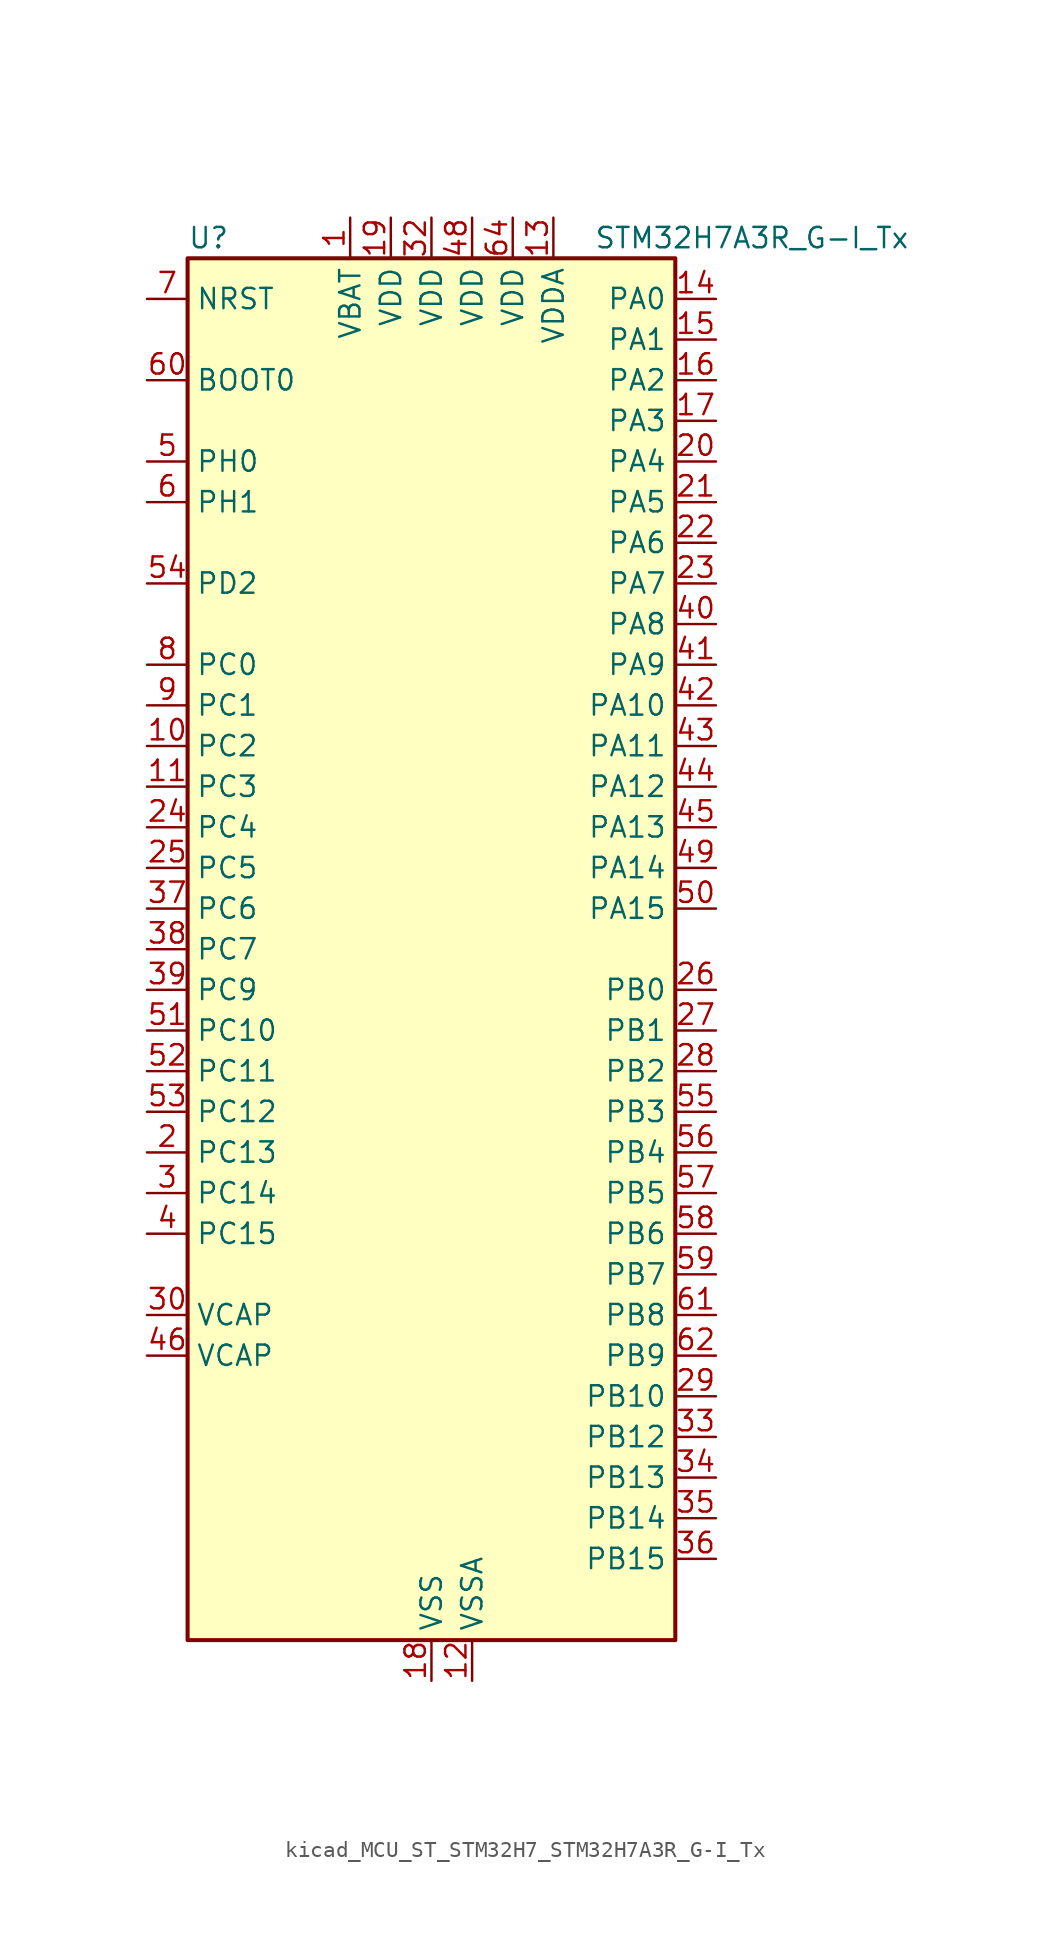
<source format=kicad_sym>
(kicad_symbol_lib
  (version 20220914)
  (generator kicad_symbol_editor)
  (symbol "kicad_MCU_ST_STM32H7_STM32H7A3R_G-I_Tx"
    (property "Reference" "U"
      (at -15.24 44.45 0)
      (effects (font (size 1.27 1.27)) (justify left)))
    (property "Value" "STM32H7A3R_G-I_Tx"
      (at 10.16 44.45 0)
      (effects (font (size 1.27 1.27)) (justify left)))
    (property "ki_locked" ""
      (at 0 0 0)
      (effects (font (size 1.27 1.27))))
    (symbol "kicad_MCU_ST_STM32H7_STM32H7A3R_G-I_Tx_0_1"
      (rectangle (start -15.24 -43.18) (end 15.24 43.18) (stroke (width 0.254) (type default)) (fill (type background))))
    (symbol "kicad_MCU_ST_STM32H7_STM32H7A3R_G-I_Tx_1_1"
      (pin power_in line (at -5.08 45.72 270) (length 2.54) (name "VBAT" (effects (font (size 1.27 1.27)))) (number "1" (effects (font (size 1.27 1.27)))))
      (pin bidirectional line (at -17.78 12.7 0) (length 2.54) (name "PC2" (effects (font (size 1.27 1.27)))) (number "10" (effects (font (size 1.27 1.27)))) (alternate "ADC1_INN11" bidirectional line) (alternate "ADC1_INP12" bidirectional line) (alternate "ADC2_INN11" bidirectional line) (alternate "ADC2_INP12" bidirectional line) (alternate "DFSDM1_CKIN1" bidirectional line) (alternate "DFSDM1_CKOUT" bidirectional line) (alternate "I2S2_SDI" bidirectional line) (alternate "OCTOSPIM_P1_IO2" bidirectional line) (alternate "OCTOSPIM_P1_IO5" bidirectional line) (alternate "PWR_CSTOP" bidirectional line) (alternate "SPI2_MISO" bidirectional line) (alternate "USB_OTG_HS_ULPI_DIR" bidirectional line))
      (pin bidirectional line (at -17.78 10.16 0) (length 2.54) (name "PC3" (effects (font (size 1.27 1.27)))) (number "11" (effects (font (size 1.27 1.27)))) (alternate "ADC1_INN12" bidirectional line) (alternate "ADC1_INP13" bidirectional line) (alternate "ADC2_INN12" bidirectional line) (alternate "ADC2_INP13" bidirectional line) (alternate "DFSDM1_DATIN1" bidirectional line) (alternate "I2S2_SDO" bidirectional line) (alternate "OCTOSPIM_P1_IO0" bidirectional line) (alternate "OCTOSPIM_P1_IO6" bidirectional line) (alternate "PWR_CSLEEP" bidirectional line) (alternate "SPI2_MOSI" bidirectional line) (alternate "USB_OTG_HS_ULPI_NXT" bidirectional line))
      (pin power_in line (at 2.54 -45.72 90) (length 2.54) (name "VSSA" (effects (font (size 1.27 1.27)))) (number "12" (effects (font (size 1.27 1.27)))))
      (pin power_in line (at 7.62 45.72 270) (length 2.54) (name "VDDA" (effects (font (size 1.27 1.27)))) (number "13" (effects (font (size 1.27 1.27)))))
      (pin bidirectional line (at 17.78 40.64 180) (length 2.54) (name "PA0" (effects (font (size 1.27 1.27)))) (number "14" (effects (font (size 1.27 1.27)))) (alternate "ADC1_INP16" bidirectional line) (alternate "I2S6_WS" bidirectional line) (alternate "PWR_WKUP1" bidirectional line) (alternate "SAI2_SD_B" bidirectional line) (alternate "SDMMC2_CMD" bidirectional line) (alternate "SPI6_NSS" bidirectional line) (alternate "TIM15_BKIN" bidirectional line) (alternate "TIM2_CH1" bidirectional line) (alternate "TIM2_ETR" bidirectional line) (alternate "TIM5_CH1" bidirectional line) (alternate "TIM8_ETR" bidirectional line) (alternate "UART4_TX" bidirectional line) (alternate "USART2_CTS" bidirectional line) (alternate "USART2_NSS" bidirectional line))
      (pin bidirectional line (at 17.78 38.1 180) (length 2.54) (name "PA1" (effects (font (size 1.27 1.27)))) (number "15" (effects (font (size 1.27 1.27)))) (alternate "ADC1_INN16" bidirectional line) (alternate "ADC1_INP17" bidirectional line) (alternate "LPTIM3_OUT" bidirectional line) (alternate "LTDC_R2" bidirectional line) (alternate "OCTOSPIM_P1_DQS" bidirectional line) (alternate "OCTOSPIM_P1_IO3" bidirectional line) (alternate "SAI2_MCLK_B" bidirectional line) (alternate "TIM15_CH1N" bidirectional line) (alternate "TIM2_CH2" bidirectional line) (alternate "TIM5_CH2" bidirectional line) (alternate "UART4_RX" bidirectional line) (alternate "USART2_DE" bidirectional line) (alternate "USART2_RTS" bidirectional line))
      (pin bidirectional line (at 17.78 35.56 180) (length 2.54) (name "PA2" (effects (font (size 1.27 1.27)))) (number "16" (effects (font (size 1.27 1.27)))) (alternate "ADC1_INP14" bidirectional line) (alternate "DFSDM2_CKIN1" bidirectional line) (alternate "LTDC_R1" bidirectional line) (alternate "MDIOS_MDIO" bidirectional line) (alternate "PWR_WKUP2" bidirectional line) (alternate "SAI2_SCK_B" bidirectional line) (alternate "TIM15_CH1" bidirectional line) (alternate "TIM2_CH3" bidirectional line) (alternate "TIM5_CH3" bidirectional line) (alternate "USART2_TX" bidirectional line))
      (pin bidirectional line (at 17.78 33.02 180) (length 2.54) (name "PA3" (effects (font (size 1.27 1.27)))) (number "17" (effects (font (size 1.27 1.27)))) (alternate "ADC1_INP15" bidirectional line) (alternate "I2S6_MCK" bidirectional line) (alternate "LTDC_B2" bidirectional line) (alternate "LTDC_B5" bidirectional line) (alternate "OCTOSPIM_P1_CLK" bidirectional line) (alternate "TIM15_CH2" bidirectional line) (alternate "TIM2_CH4" bidirectional line) (alternate "TIM5_CH4" bidirectional line) (alternate "USART2_RX" bidirectional line) (alternate "USB_OTG_HS_ULPI_D0" bidirectional line))
      (pin power_in line (at 0 -45.72 90) (length 2.54) (name "VSS" (effects (font (size 1.27 1.27)))) (number "18" (effects (font (size 1.27 1.27)))))
      (pin power_in line (at -2.54 45.72 270) (length 2.54) (name "VDD" (effects (font (size 1.27 1.27)))) (number "19" (effects (font (size 1.27 1.27)))))
      (pin bidirectional line (at -17.78 -12.7 0) (length 2.54) (name "PC13" (effects (font (size 1.27 1.27)))) (number "2" (effects (font (size 1.27 1.27)))) (alternate "PWR_WKUP4" bidirectional line) (alternate "RTC_OUT_ALARM" bidirectional line) (alternate "RTC_OUT_CALIB" bidirectional line) (alternate "RTC_TAMP1" bidirectional line) (alternate "RTC_TS" bidirectional line))
      (pin bidirectional line (at 17.78 30.48 180) (length 2.54) (name "PA4" (effects (font (size 1.27 1.27)))) (number "20" (effects (font (size 1.27 1.27)))) (alternate "ADC1_INP18" bidirectional line) (alternate "DAC1_OUT1" bidirectional line) (alternate "DCMI_HSYNC" bidirectional line) (alternate "I2S1_WS" bidirectional line) (alternate "I2S3_WS" bidirectional line) (alternate "I2S6_WS" bidirectional line) (alternate "LTDC_VSYNC" bidirectional line) (alternate "PSSI_DE" bidirectional line) (alternate "SPI1_NSS" bidirectional line) (alternate "SPI3_NSS" bidirectional line) (alternate "SPI6_NSS" bidirectional line) (alternate "TIM5_ETR" bidirectional line) (alternate "USART2_CK" bidirectional line))
      (pin bidirectional line (at 17.78 27.94 180) (length 2.54) (name "PA5" (effects (font (size 1.27 1.27)))) (number "21" (effects (font (size 1.27 1.27)))) (alternate "ADC1_INN18" bidirectional line) (alternate "ADC1_INP19" bidirectional line) (alternate "DAC1_OUT2" bidirectional line) (alternate "I2S1_CK" bidirectional line) (alternate "I2S6_CK" bidirectional line) (alternate "LTDC_R4" bidirectional line) (alternate "PSSI_D14" bidirectional line) (alternate "PWR_NDSTOP2" bidirectional line) (alternate "SPI1_SCK" bidirectional line) (alternate "SPI6_SCK" bidirectional line) (alternate "TIM2_CH1" bidirectional line) (alternate "TIM2_ETR" bidirectional line) (alternate "TIM8_CH1N" bidirectional line) (alternate "USB_OTG_HS_ULPI_CK" bidirectional line))
      (pin bidirectional line (at 17.78 25.4 180) (length 2.54) (name "PA6" (effects (font (size 1.27 1.27)))) (number "22" (effects (font (size 1.27 1.27)))) (alternate "ADC1_INP3" bidirectional line) (alternate "ADC2_INP3" bidirectional line) (alternate "DAC2_OUT1" bidirectional line) (alternate "DCMI_PIXCLK" bidirectional line) (alternate "I2S1_SDI" bidirectional line) (alternate "I2S6_SDI" bidirectional line) (alternate "LTDC_G2" bidirectional line) (alternate "MDIOS_MDC" bidirectional line) (alternate "OCTOSPIM_P1_IO3" bidirectional line) (alternate "PSSI_PDCK" bidirectional line) (alternate "SPI1_MISO" bidirectional line) (alternate "SPI6_MISO" bidirectional line) (alternate "TIM13_CH1" bidirectional line) (alternate "TIM1_BKIN" bidirectional line) (alternate "TIM1_BKIN_COMP1" bidirectional line) (alternate "TIM3_CH1" bidirectional line) (alternate "TIM8_BKIN" bidirectional line) (alternate "TIM8_BKIN_COMP1" bidirectional line))
      (pin bidirectional line (at 17.78 22.86 180) (length 2.54) (name "PA7" (effects (font (size 1.27 1.27)))) (number "23" (effects (font (size 1.27 1.27)))) (alternate "ADC1_INN3" bidirectional line) (alternate "ADC1_INP7" bidirectional line) (alternate "ADC2_INN3" bidirectional line) (alternate "ADC2_INP7" bidirectional line) (alternate "DFSDM2_DATIN1" bidirectional line) (alternate "I2S1_SDO" bidirectional line) (alternate "I2S6_SDO" bidirectional line) (alternate "LTDC_VSYNC" bidirectional line) (alternate "OCTOSPIM_P1_IO2" bidirectional line) (alternate "OPAMP1_VINM" bidirectional line) (alternate "SPI1_MOSI" bidirectional line) (alternate "SPI6_MOSI" bidirectional line) (alternate "TIM14_CH1" bidirectional line) (alternate "TIM1_CH1N" bidirectional line) (alternate "TIM3_CH2" bidirectional line) (alternate "TIM8_CH1N" bidirectional line))
      (pin bidirectional line (at -17.78 7.62 0) (length 2.54) (name "PC4" (effects (font (size 1.27 1.27)))) (number "24" (effects (font (size 1.27 1.27)))) (alternate "ADC1_INP4" bidirectional line) (alternate "ADC2_INP4" bidirectional line) (alternate "COMP1_INM" bidirectional line) (alternate "DFSDM1_CKIN2" bidirectional line) (alternate "I2S1_MCK" bidirectional line) (alternate "LTDC_R7" bidirectional line) (alternate "OPAMP1_VOUT" bidirectional line) (alternate "SPDIFRX_IN2" bidirectional line))
      (pin bidirectional line (at -17.78 5.08 0) (length 2.54) (name "PC5" (effects (font (size 1.27 1.27)))) (number "25" (effects (font (size 1.27 1.27)))) (alternate "ADC1_INN4" bidirectional line) (alternate "ADC1_INP8" bidirectional line) (alternate "ADC2_INN4" bidirectional line) (alternate "ADC2_INP8" bidirectional line) (alternate "COMP1_OUT" bidirectional line) (alternate "DFSDM1_DATIN2" bidirectional line) (alternate "LTDC_DE" bidirectional line) (alternate "OCTOSPIM_P1_DQS" bidirectional line) (alternate "OPAMP1_VINM" bidirectional line) (alternate "PSSI_D15" bidirectional line) (alternate "SPDIFRX_IN3" bidirectional line))
      (pin bidirectional line (at 17.78 -2.54 180) (length 2.54) (name "PB0" (effects (font (size 1.27 1.27)))) (number "26" (effects (font (size 1.27 1.27)))) (alternate "ADC1_INN5" bidirectional line) (alternate "ADC1_INP9" bidirectional line) (alternate "ADC2_INN5" bidirectional line) (alternate "ADC2_INP9" bidirectional line) (alternate "COMP1_INP" bidirectional line) (alternate "DFSDM1_CKOUT" bidirectional line) (alternate "DFSDM2_CKOUT" bidirectional line) (alternate "LTDC_G1" bidirectional line) (alternate "LTDC_R3" bidirectional line) (alternate "OCTOSPIM_P1_IO1" bidirectional line) (alternate "OPAMP1_VINP" bidirectional line) (alternate "TIM1_CH2N" bidirectional line) (alternate "TIM3_CH3" bidirectional line) (alternate "TIM8_CH2N" bidirectional line) (alternate "UART4_CTS" bidirectional line) (alternate "USB_OTG_HS_ULPI_D1" bidirectional line))
      (pin bidirectional line (at 17.78 -5.08 180) (length 2.54) (name "PB1" (effects (font (size 1.27 1.27)))) (number "27" (effects (font (size 1.27 1.27)))) (alternate "ADC1_INP5" bidirectional line) (alternate "ADC2_INP5" bidirectional line) (alternate "COMP1_INM" bidirectional line) (alternate "DFSDM1_DATIN1" bidirectional line) (alternate "LTDC_G0" bidirectional line) (alternate "LTDC_R6" bidirectional line) (alternate "OCTOSPIM_P1_IO0" bidirectional line) (alternate "TIM1_CH3N" bidirectional line) (alternate "TIM3_CH4" bidirectional line) (alternate "TIM8_CH3N" bidirectional line) (alternate "USB_OTG_HS_ULPI_D2" bidirectional line))
      (pin bidirectional line (at 17.78 -7.62 180) (length 2.54) (name "PB2" (effects (font (size 1.27 1.27)))) (number "28" (effects (font (size 1.27 1.27)))) (alternate "COMP1_INP" bidirectional line) (alternate "DFSDM1_CKIN1" bidirectional line) (alternate "I2S3_SDO" bidirectional line) (alternate "OCTOSPIM_P1_CLK" bidirectional line) (alternate "OCTOSPIM_P1_DQS" bidirectional line) (alternate "RTC_OUT_ALARM" bidirectional line) (alternate "RTC_OUT_CALIB" bidirectional line) (alternate "SPI3_MOSI" bidirectional line))
      (pin bidirectional line (at 17.78 -27.94 180) (length 2.54) (name "PB10" (effects (font (size 1.27 1.27)))) (number "29" (effects (font (size 1.27 1.27)))) (alternate "DFSDM1_DATIN7" bidirectional line) (alternate "I2S2_CK" bidirectional line) (alternate "LPTIM2_IN1" bidirectional line) (alternate "LTDC_G4" bidirectional line) (alternate "OCTOSPIM_P1_NCS" bidirectional line) (alternate "SPI2_SCK" bidirectional line) (alternate "TIM2_CH3" bidirectional line) (alternate "USART3_TX" bidirectional line) (alternate "USB_OTG_HS_ULPI_D3" bidirectional line))
      (pin bidirectional line (at -17.78 -15.24 0) (length 2.54) (name "PC14" (effects (font (size 1.27 1.27)))) (number "3" (effects (font (size 1.27 1.27)))) (alternate "RCC_OSC32_IN" bidirectional line))
      (pin power_out line (at -17.78 -22.86 0) (length 2.54) (name "VCAP" (effects (font (size 1.27 1.27)))) (number "30" (effects (font (size 1.27 1.27)))))
      (pin passive line (at 0 -45.72 90) (length 2.54) hide (name "VSS" (effects (font (size 1.27 1.27)))) (number "31" (effects (font (size 1.27 1.27)))))
      (pin power_in line (at 0 45.72 270) (length 2.54) (name "VDD" (effects (font (size 1.27 1.27)))) (number "32" (effects (font (size 1.27 1.27)))))
      (pin bidirectional line (at 17.78 -30.48 180) (length 2.54) (name "PB12" (effects (font (size 1.27 1.27)))) (number "33" (effects (font (size 1.27 1.27)))) (alternate "DFSDM1_DATIN1" bidirectional line) (alternate "DFSDM2_DATIN1" bidirectional line) (alternate "FDCAN2_RX" bidirectional line) (alternate "I2S2_WS" bidirectional line) (alternate "OCTOSPIM_P1_NCLK" bidirectional line) (alternate "SPI2_NSS" bidirectional line) (alternate "TIM1_BKIN" bidirectional line) (alternate "TIM1_BKIN_COMP1" bidirectional line) (alternate "UART5_RX" bidirectional line) (alternate "USART3_CK" bidirectional line) (alternate "USB_OTG_HS_ULPI_D5" bidirectional line))
      (pin bidirectional line (at 17.78 -33.02 180) (length 2.54) (name "PB13" (effects (font (size 1.27 1.27)))) (number "34" (effects (font (size 1.27 1.27)))) (alternate "DCMI_D2" bidirectional line) (alternate "DFSDM1_CKIN1" bidirectional line) (alternate "DFSDM2_CKIN1" bidirectional line) (alternate "FDCAN2_TX" bidirectional line) (alternate "I2S2_CK" bidirectional line) (alternate "LPTIM2_OUT" bidirectional line) (alternate "PSSI_D2" bidirectional line) (alternate "SDMMC1_D0" bidirectional line) (alternate "SPI2_SCK" bidirectional line) (alternate "TIM1_CH1N" bidirectional line) (alternate "UART5_TX" bidirectional line) (alternate "USART3_CTS" bidirectional line) (alternate "USART3_NSS" bidirectional line) (alternate "USB_OTG_HS_ULPI_D6" bidirectional line))
      (pin bidirectional line (at 17.78 -35.56 180) (length 2.54) (name "PB14" (effects (font (size 1.27 1.27)))) (number "35" (effects (font (size 1.27 1.27)))) (alternate "DFSDM1_DATIN2" bidirectional line) (alternate "I2S2_SDI" bidirectional line) (alternate "LTDC_CLK" bidirectional line) (alternate "SDMMC2_D0" bidirectional line) (alternate "SPI2_MISO" bidirectional line) (alternate "TIM12_CH1" bidirectional line) (alternate "TIM1_CH2N" bidirectional line) (alternate "TIM8_CH2N" bidirectional line) (alternate "UART4_DE" bidirectional line) (alternate "UART4_RTS" bidirectional line) (alternate "USART1_TX" bidirectional line) (alternate "USART3_DE" bidirectional line) (alternate "USART3_RTS" bidirectional line))
      (pin bidirectional line (at 17.78 -38.1 180) (length 2.54) (name "PB15" (effects (font (size 1.27 1.27)))) (number "36" (effects (font (size 1.27 1.27)))) (alternate "ADC1_EXTI15" bidirectional line) (alternate "ADC2_EXTI15" bidirectional line) (alternate "DFSDM1_CKIN2" bidirectional line) (alternate "I2S2_SDO" bidirectional line) (alternate "LTDC_G7" bidirectional line) (alternate "RTC_REFIN" bidirectional line) (alternate "SDMMC2_D1" bidirectional line) (alternate "SPI2_MOSI" bidirectional line) (alternate "TIM12_CH2" bidirectional line) (alternate "TIM1_CH3N" bidirectional line) (alternate "TIM8_CH3N" bidirectional line) (alternate "UART4_CTS" bidirectional line) (alternate "USART1_RX" bidirectional line))
      (pin bidirectional line (at -17.78 2.54 0) (length 2.54) (name "PC6" (effects (font (size 1.27 1.27)))) (number "37" (effects (font (size 1.27 1.27)))) (alternate "DCMI_D0" bidirectional line) (alternate "DFSDM1_CKIN3" bidirectional line) (alternate "I2S2_MCK" bidirectional line) (alternate "LTDC_HSYNC" bidirectional line) (alternate "PSSI_D0" bidirectional line) (alternate "SDMMC1_D0DIR" bidirectional line) (alternate "SDMMC1_D6" bidirectional line) (alternate "SDMMC2_D6" bidirectional line) (alternate "SWPMI1_IO" bidirectional line) (alternate "TIM3_CH1" bidirectional line) (alternate "TIM8_CH1" bidirectional line) (alternate "USART6_TX" bidirectional line))
      (pin bidirectional line (at -17.78 0 0) (length 2.54) (name "PC7" (effects (font (size 1.27 1.27)))) (number "38" (effects (font (size 1.27 1.27)))) (alternate "DCMI_D1" bidirectional line) (alternate "DEBUG_TRGIO" bidirectional line) (alternate "DFSDM1_DATIN3" bidirectional line) (alternate "I2S3_MCK" bidirectional line) (alternate "LTDC_G6" bidirectional line) (alternate "PSSI_D1" bidirectional line) (alternate "SDMMC1_D123DIR" bidirectional line) (alternate "SDMMC1_D7" bidirectional line) (alternate "SDMMC2_D7" bidirectional line) (alternate "SWPMI1_TX" bidirectional line) (alternate "TIM3_CH2" bidirectional line) (alternate "TIM8_CH2" bidirectional line) (alternate "USART6_RX" bidirectional line))
      (pin bidirectional line (at -17.78 -2.54 0) (length 2.54) (name "PC9" (effects (font (size 1.27 1.27)))) (number "39" (effects (font (size 1.27 1.27)))) (alternate "DAC1_EXTI9" bidirectional line) (alternate "DCMI_D3" bidirectional line) (alternate "I2C3_SDA" bidirectional line) (alternate "I2S_CKIN" bidirectional line) (alternate "LTDC_B2" bidirectional line) (alternate "LTDC_G3" bidirectional line) (alternate "OCTOSPIM_P1_IO0" bidirectional line) (alternate "PSSI_D3" bidirectional line) (alternate "RCC_MCO_2" bidirectional line) (alternate "SDMMC1_D1" bidirectional line) (alternate "SWPMI1_SUSPEND" bidirectional line) (alternate "TIM3_CH4" bidirectional line) (alternate "TIM8_CH4" bidirectional line) (alternate "UART5_CTS" bidirectional line))
      (pin bidirectional line (at -17.78 -17.78 0) (length 2.54) (name "PC15" (effects (font (size 1.27 1.27)))) (number "4" (effects (font (size 1.27 1.27)))) (alternate "ADC1_EXTI15" bidirectional line) (alternate "ADC2_EXTI15" bidirectional line) (alternate "RCC_OSC32_OUT" bidirectional line))
      (pin bidirectional line (at 17.78 20.32 180) (length 2.54) (name "PA8" (effects (font (size 1.27 1.27)))) (number "40" (effects (font (size 1.27 1.27)))) (alternate "I2C3_SCL" bidirectional line) (alternate "LTDC_B3" bidirectional line) (alternate "LTDC_R6" bidirectional line) (alternate "RCC_MCO_1" bidirectional line) (alternate "TIM1_CH1" bidirectional line) (alternate "TIM8_BKIN2" bidirectional line) (alternate "TIM8_BKIN2_COMP1" bidirectional line) (alternate "UART7_RX" bidirectional line) (alternate "USART1_CK" bidirectional line) (alternate "USB_OTG_HS_SOF" bidirectional line))
      (pin bidirectional line (at 17.78 17.78 180) (length 2.54) (name "PA9" (effects (font (size 1.27 1.27)))) (number "41" (effects (font (size 1.27 1.27)))) (alternate "DAC1_EXTI9" bidirectional line) (alternate "DCMI_D0" bidirectional line) (alternate "I2C3_SMBA" bidirectional line) (alternate "I2S2_CK" bidirectional line) (alternate "LPUART1_TX" bidirectional line) (alternate "LTDC_R5" bidirectional line) (alternate "PSSI_D0" bidirectional line) (alternate "SPI2_SCK" bidirectional line) (alternate "TIM1_CH2" bidirectional line) (alternate "USART1_TX" bidirectional line) (alternate "USB_OTG_HS_VBUS" bidirectional line))
      (pin bidirectional line (at 17.78 15.24 180) (length 2.54) (name "PA10" (effects (font (size 1.27 1.27)))) (number "42" (effects (font (size 1.27 1.27)))) (alternate "DCMI_D1" bidirectional line) (alternate "LPUART1_RX" bidirectional line) (alternate "LTDC_B1" bidirectional line) (alternate "LTDC_B4" bidirectional line) (alternate "MDIOS_MDIO" bidirectional line) (alternate "PSSI_D1" bidirectional line) (alternate "TIM1_CH3" bidirectional line) (alternate "USART1_RX" bidirectional line) (alternate "USB_OTG_HS_ID" bidirectional line))
      (pin bidirectional line (at 17.78 12.7 180) (length 2.54) (name "PA11" (effects (font (size 1.27 1.27)))) (number "43" (effects (font (size 1.27 1.27)))) (alternate "ADC1_EXTI11" bidirectional line) (alternate "ADC2_EXTI11" bidirectional line) (alternate "FDCAN1_RX" bidirectional line) (alternate "I2S2_WS" bidirectional line) (alternate "LPUART1_CTS" bidirectional line) (alternate "LTDC_R4" bidirectional line) (alternate "SPI2_NSS" bidirectional line) (alternate "TIM1_CH4" bidirectional line) (alternate "UART4_RX" bidirectional line) (alternate "USART1_CTS" bidirectional line) (alternate "USART1_NSS" bidirectional line) (alternate "USB_OTG_HS_DM" bidirectional line))
      (pin bidirectional line (at 17.78 10.16 180) (length 2.54) (name "PA12" (effects (font (size 1.27 1.27)))) (number "44" (effects (font (size 1.27 1.27)))) (alternate "FDCAN1_TX" bidirectional line) (alternate "I2S2_CK" bidirectional line) (alternate "LPUART1_DE" bidirectional line) (alternate "LPUART1_RTS" bidirectional line) (alternate "LTDC_R5" bidirectional line) (alternate "SAI2_FS_B" bidirectional line) (alternate "SPI2_SCK" bidirectional line) (alternate "TIM1_ETR" bidirectional line) (alternate "UART4_TX" bidirectional line) (alternate "USART1_DE" bidirectional line) (alternate "USART1_RTS" bidirectional line) (alternate "USB_OTG_HS_DP" bidirectional line))
      (pin bidirectional line (at 17.78 7.62 180) (length 2.54) (name "PA13" (effects (font (size 1.27 1.27)))) (number "45" (effects (font (size 1.27 1.27)))) (alternate "DEBUG_JTMS-SWDIO" bidirectional line))
      (pin power_out line (at -17.78 -25.4 0) (length 2.54) (name "VCAP" (effects (font (size 1.27 1.27)))) (number "46" (effects (font (size 1.27 1.27)))))
      (pin passive line (at 0 -45.72 90) (length 2.54) hide (name "VSS" (effects (font (size 1.27 1.27)))) (number "47" (effects (font (size 1.27 1.27)))))
      (pin power_in line (at 2.54 45.72 270) (length 2.54) (name "VDD" (effects (font (size 1.27 1.27)))) (number "48" (effects (font (size 1.27 1.27)))))
      (pin bidirectional line (at 17.78 5.08 180) (length 2.54) (name "PA14" (effects (font (size 1.27 1.27)))) (number "49" (effects (font (size 1.27 1.27)))) (alternate "DEBUG_JTCK-SWCLK" bidirectional line))
      (pin bidirectional line (at -17.78 30.48 0) (length 2.54) (name "PH0" (effects (font (size 1.27 1.27)))) (number "5" (effects (font (size 1.27 1.27)))) (alternate "RCC_OSC_IN" bidirectional line))
      (pin bidirectional line (at 17.78 2.54 180) (length 2.54) (name "PA15" (effects (font (size 1.27 1.27)))) (number "50" (effects (font (size 1.27 1.27)))) (alternate "ADC1_EXTI15" bidirectional line) (alternate "ADC2_EXTI15" bidirectional line) (alternate "CEC" bidirectional line) (alternate "DEBUG_JTDI" bidirectional line) (alternate "I2S1_WS" bidirectional line) (alternate "I2S3_WS" bidirectional line) (alternate "I2S6_WS" bidirectional line) (alternate "LTDC_B6" bidirectional line) (alternate "LTDC_R3" bidirectional line) (alternate "SPI1_NSS" bidirectional line) (alternate "SPI3_NSS" bidirectional line) (alternate "SPI6_NSS" bidirectional line) (alternate "TIM2_CH1" bidirectional line) (alternate "TIM2_ETR" bidirectional line) (alternate "UART4_DE" bidirectional line) (alternate "UART4_RTS" bidirectional line) (alternate "UART7_TX" bidirectional line))
      (pin bidirectional line (at -17.78 -5.08 0) (length 2.54) (name "PC10" (effects (font (size 1.27 1.27)))) (number "51" (effects (font (size 1.27 1.27)))) (alternate "DCMI_D8" bidirectional line) (alternate "DFSDM1_CKIN5" bidirectional line) (alternate "DFSDM2_CKIN0" bidirectional line) (alternate "I2S3_CK" bidirectional line) (alternate "LTDC_B1" bidirectional line) (alternate "LTDC_R2" bidirectional line) (alternate "OCTOSPIM_P1_IO1" bidirectional line) (alternate "PSSI_D8" bidirectional line) (alternate "SDMMC1_D2" bidirectional line) (alternate "SPI3_SCK" bidirectional line) (alternate "SWPMI1_RX" bidirectional line) (alternate "UART4_TX" bidirectional line) (alternate "USART3_TX" bidirectional line))
      (pin bidirectional line (at -17.78 -7.62 0) (length 2.54) (name "PC11" (effects (font (size 1.27 1.27)))) (number "52" (effects (font (size 1.27 1.27)))) (alternate "ADC1_EXTI11" bidirectional line) (alternate "ADC2_EXTI11" bidirectional line) (alternate "DCMI_D4" bidirectional line) (alternate "DFSDM1_DATIN5" bidirectional line) (alternate "DFSDM2_DATIN0" bidirectional line) (alternate "I2S3_SDI" bidirectional line) (alternate "LTDC_B4" bidirectional line) (alternate "OCTOSPIM_P1_NCS" bidirectional line) (alternate "PSSI_D4" bidirectional line) (alternate "SDMMC1_D3" bidirectional line) (alternate "SPI3_MISO" bidirectional line) (alternate "UART4_RX" bidirectional line) (alternate "USART3_RX" bidirectional line))
      (pin bidirectional line (at -17.78 -10.16 0) (length 2.54) (name "PC12" (effects (font (size 1.27 1.27)))) (number "53" (effects (font (size 1.27 1.27)))) (alternate "DCMI_D9" bidirectional line) (alternate "DEBUG_TRACED3" bidirectional line) (alternate "DFSDM2_CKOUT" bidirectional line) (alternate "I2S3_SDO" bidirectional line) (alternate "I2S6_CK" bidirectional line) (alternate "LTDC_R6" bidirectional line) (alternate "PSSI_D9" bidirectional line) (alternate "SDMMC1_CK" bidirectional line) (alternate "SPI3_MOSI" bidirectional line) (alternate "SPI6_SCK" bidirectional line) (alternate "TIM15_CH1" bidirectional line) (alternate "UART5_TX" bidirectional line) (alternate "USART3_CK" bidirectional line))
      (pin bidirectional line (at -17.78 22.86 0) (length 2.54) (name "PD2" (effects (font (size 1.27 1.27)))) (number "54" (effects (font (size 1.27 1.27)))) (alternate "DCMI_D11" bidirectional line) (alternate "DEBUG_TRACED2" bidirectional line) (alternate "LTDC_B2" bidirectional line) (alternate "LTDC_B7" bidirectional line) (alternate "PSSI_D11" bidirectional line) (alternate "SDMMC1_CMD" bidirectional line) (alternate "TIM15_BKIN" bidirectional line) (alternate "TIM3_ETR" bidirectional line) (alternate "UART5_RX" bidirectional line))
      (pin bidirectional line (at 17.78 -10.16 180) (length 2.54) (name "PB3" (effects (font (size 1.27 1.27)))) (number "55" (effects (font (size 1.27 1.27)))) (alternate "CRS_SYNC" bidirectional line) (alternate "DEBUG_JTDO-SWO" bidirectional line) (alternate "I2S1_CK" bidirectional line) (alternate "I2S3_CK" bidirectional line) (alternate "I2S6_CK" bidirectional line) (alternate "SDMMC2_D2" bidirectional line) (alternate "SPI1_SCK" bidirectional line) (alternate "SPI3_SCK" bidirectional line) (alternate "SPI6_SCK" bidirectional line) (alternate "TIM2_CH2" bidirectional line) (alternate "UART7_RX" bidirectional line))
      (pin bidirectional line (at 17.78 -12.7 180) (length 2.54) (name "PB4" (effects (font (size 1.27 1.27)))) (number "56" (effects (font (size 1.27 1.27)))) (alternate "DEBUG_JTRST" bidirectional line) (alternate "I2S1_SDI" bidirectional line) (alternate "I2S2_WS" bidirectional line) (alternate "I2S3_SDI" bidirectional line) (alternate "I2S6_SDI" bidirectional line) (alternate "SDMMC2_D3" bidirectional line) (alternate "SPI1_MISO" bidirectional line) (alternate "SPI2_NSS" bidirectional line) (alternate "SPI3_MISO" bidirectional line) (alternate "SPI6_MISO" bidirectional line) (alternate "TIM16_BKIN" bidirectional line) (alternate "TIM3_CH1" bidirectional line) (alternate "UART7_TX" bidirectional line))
      (pin bidirectional line (at 17.78 -15.24 180) (length 2.54) (name "PB5" (effects (font (size 1.27 1.27)))) (number "57" (effects (font (size 1.27 1.27)))) (alternate "DCMI_D10" bidirectional line) (alternate "FDCAN2_RX" bidirectional line) (alternate "I2C1_SMBA" bidirectional line) (alternate "I2C4_SMBA" bidirectional line) (alternate "I2S1_SDO" bidirectional line) (alternate "I2S3_SDO" bidirectional line) (alternate "I2S6_SDO" bidirectional line) (alternate "LTDC_B5" bidirectional line) (alternate "PSSI_D10" bidirectional line) (alternate "SPI1_MOSI" bidirectional line) (alternate "SPI3_MOSI" bidirectional line) (alternate "SPI6_MOSI" bidirectional line) (alternate "TIM17_BKIN" bidirectional line) (alternate "TIM3_CH2" bidirectional line) (alternate "UART5_RX" bidirectional line) (alternate "USB_OTG_HS_ULPI_D7" bidirectional line))
      (pin bidirectional line (at 17.78 -17.78 180) (length 2.54) (name "PB6" (effects (font (size 1.27 1.27)))) (number "58" (effects (font (size 1.27 1.27)))) (alternate "CEC" bidirectional line) (alternate "DCMI_D5" bidirectional line) (alternate "DFSDM1_DATIN5" bidirectional line) (alternate "FDCAN2_TX" bidirectional line) (alternate "I2C1_SCL" bidirectional line) (alternate "I2C4_SCL" bidirectional line) (alternate "LPUART1_TX" bidirectional line) (alternate "OCTOSPIM_P1_NCS" bidirectional line) (alternate "PSSI_D5" bidirectional line) (alternate "TIM16_CH1N" bidirectional line) (alternate "TIM4_CH1" bidirectional line) (alternate "UART5_TX" bidirectional line) (alternate "USART1_TX" bidirectional line))
      (pin bidirectional line (at 17.78 -20.32 180) (length 2.54) (name "PB7" (effects (font (size 1.27 1.27)))) (number "59" (effects (font (size 1.27 1.27)))) (alternate "DCMI_VSYNC" bidirectional line) (alternate "DFSDM1_CKIN5" bidirectional line) (alternate "I2C1_SDA" bidirectional line) (alternate "I2C4_SDA" bidirectional line) (alternate "LPUART1_RX" bidirectional line) (alternate "PSSI_RDY" bidirectional line) (alternate "PWR_PVD_IN" bidirectional line) (alternate "TIM17_CH1N" bidirectional line) (alternate "TIM4_CH2" bidirectional line) (alternate "USART1_RX" bidirectional line))
      (pin bidirectional line (at -17.78 27.94 0) (length 2.54) (name "PH1" (effects (font (size 1.27 1.27)))) (number "6" (effects (font (size 1.27 1.27)))) (alternate "RCC_OSC_OUT" bidirectional line))
      (pin input line (at -17.78 35.56 0) (length 2.54) (name "BOOT0" (effects (font (size 1.27 1.27)))) (number "60" (effects (font (size 1.27 1.27)))))
      (pin bidirectional line (at 17.78 -22.86 180) (length 2.54) (name "PB8" (effects (font (size 1.27 1.27)))) (number "61" (effects (font (size 1.27 1.27)))) (alternate "DCMI_D6" bidirectional line) (alternate "DFSDM1_CKIN7" bidirectional line) (alternate "FDCAN1_RX" bidirectional line) (alternate "I2C1_SCL" bidirectional line) (alternate "I2C4_SCL" bidirectional line) (alternate "LTDC_B6" bidirectional line) (alternate "PSSI_D6" bidirectional line) (alternate "SDMMC1_CKIN" bidirectional line) (alternate "SDMMC1_D4" bidirectional line) (alternate "SDMMC2_D4" bidirectional line) (alternate "TIM16_CH1" bidirectional line) (alternate "TIM4_CH3" bidirectional line) (alternate "UART4_RX" bidirectional line))
      (pin bidirectional line (at 17.78 -25.4 180) (length 2.54) (name "PB9" (effects (font (size 1.27 1.27)))) (number "62" (effects (font (size 1.27 1.27)))) (alternate "DAC1_EXTI9" bidirectional line) (alternate "DCMI_D7" bidirectional line) (alternate "DFSDM1_DATIN7" bidirectional line) (alternate "FDCAN1_TX" bidirectional line) (alternate "I2C1_SDA" bidirectional line) (alternate "I2C4_SDA" bidirectional line) (alternate "I2C4_SMBA" bidirectional line) (alternate "I2S2_WS" bidirectional line) (alternate "LTDC_B7" bidirectional line) (alternate "PSSI_D7" bidirectional line) (alternate "SDMMC1_CDIR" bidirectional line) (alternate "SDMMC1_D5" bidirectional line) (alternate "SDMMC2_D5" bidirectional line) (alternate "SPI2_NSS" bidirectional line) (alternate "TIM17_CH1" bidirectional line) (alternate "TIM4_CH4" bidirectional line) (alternate "UART4_TX" bidirectional line))
      (pin passive line (at 0 -45.72 90) (length 2.54) hide (name "VSS" (effects (font (size 1.27 1.27)))) (number "63" (effects (font (size 1.27 1.27)))))
      (pin power_in line (at 5.08 45.72 270) (length 2.54) (name "VDD" (effects (font (size 1.27 1.27)))) (number "64" (effects (font (size 1.27 1.27)))))
      (pin input line (at -17.78 40.64 0) (length 2.54) (name "NRST" (effects (font (size 1.27 1.27)))) (number "7" (effects (font (size 1.27 1.27)))))
      (pin bidirectional line (at -17.78 17.78 0) (length 2.54) (name "PC0" (effects (font (size 1.27 1.27)))) (number "8" (effects (font (size 1.27 1.27)))) (alternate "ADC1_INP10" bidirectional line) (alternate "ADC2_INP10" bidirectional line) (alternate "DFSDM1_CKIN0" bidirectional line) (alternate "DFSDM1_DATIN4" bidirectional line) (alternate "LTDC_G2" bidirectional line) (alternate "LTDC_R5" bidirectional line) (alternate "SAI2_FS_B" bidirectional line) (alternate "USB_OTG_HS_ULPI_STP" bidirectional line))
      (pin bidirectional line (at -17.78 15.24 0) (length 2.54) (name "PC1" (effects (font (size 1.27 1.27)))) (number "9" (effects (font (size 1.27 1.27)))) (alternate "ADC1_INN10" bidirectional line) (alternate "ADC1_INP11" bidirectional line) (alternate "ADC2_INN10" bidirectional line) (alternate "ADC2_INP11" bidirectional line) (alternate "DEBUG_TRACED0" bidirectional line) (alternate "DFSDM1_CKIN4" bidirectional line) (alternate "DFSDM1_DATIN0" bidirectional line) (alternate "I2S2_SDO" bidirectional line) (alternate "LTDC_G5" bidirectional line) (alternate "MDIOS_MDC" bidirectional line) (alternate "OCTOSPIM_P1_IO4" bidirectional line) (alternate "PWR_WKUP6" bidirectional line) (alternate "RTC_TAMP3" bidirectional line) (alternate "SDMMC2_CK" bidirectional line) (alternate "SPI2_MOSI" bidirectional line)))))
</source>
